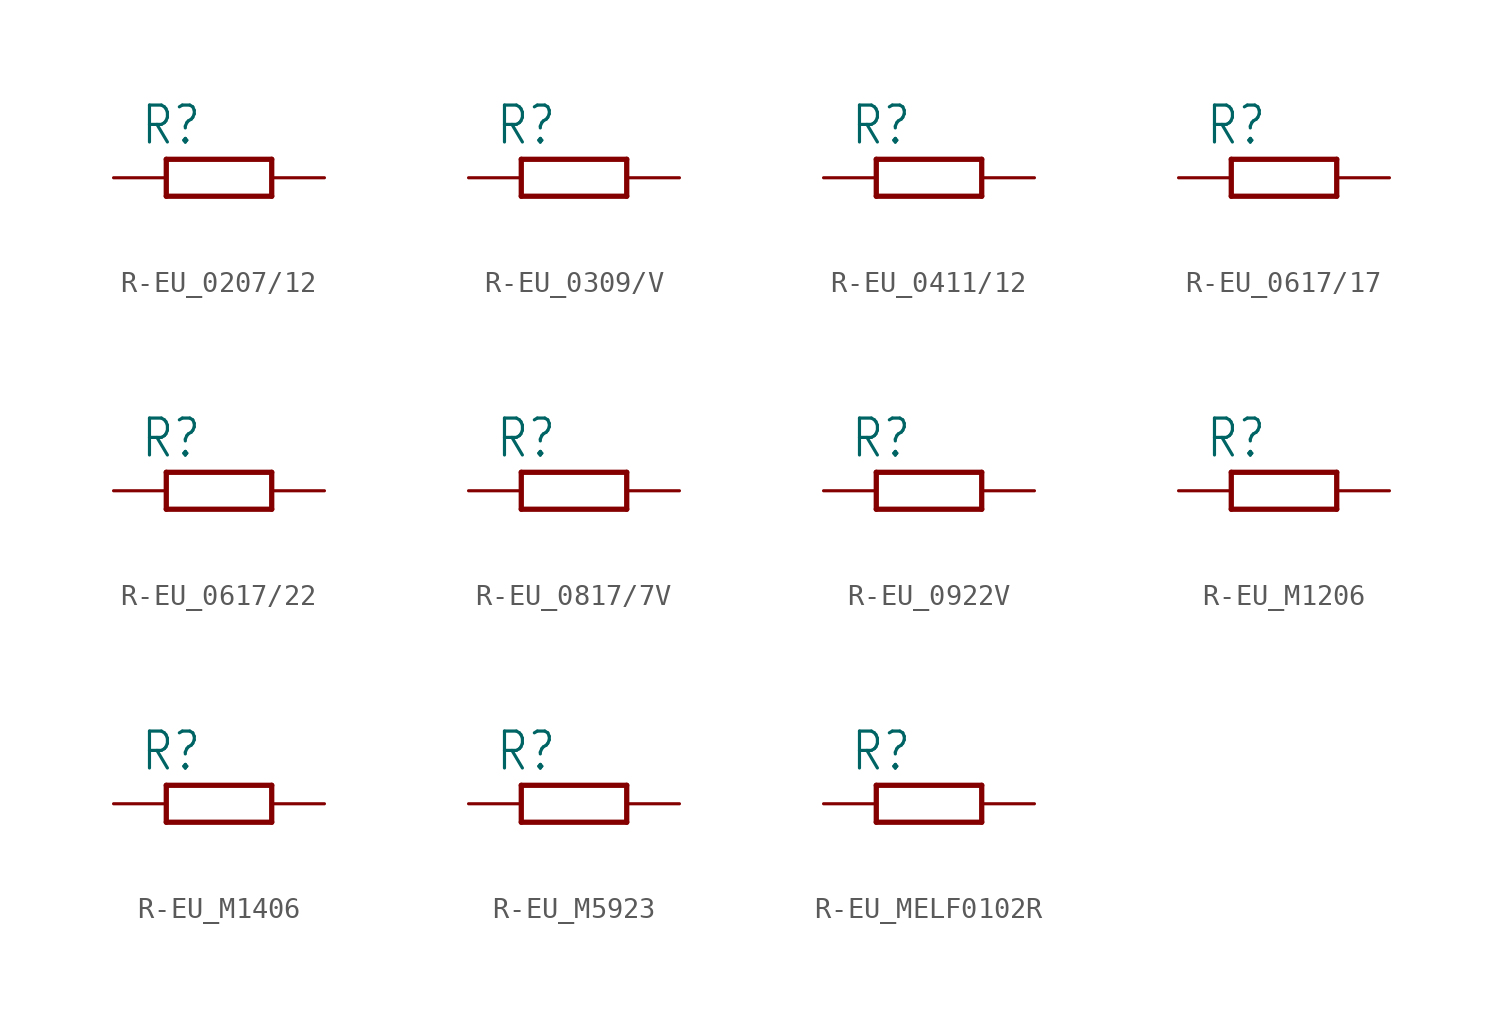
<source format=kicad_sym>
(kicad_symbol_lib
  (version 20231120)
  (generator "kicad_symbol_editor")
  (generator_version "8.99")
  (symbol "R-EU_0207/12"
    (property "Reference" "R"
      (at -3.81 1.499 0)
      (effects (font (size 1.778 1.511)) (justify left bottom)))
    (property "Value" ""
      (at -3.81 -3.302 0)
      (effects (font (size 1.778 1.511)) (justify left bottom)))
    (property "ki_locked" ""
      (at 0 0 0)
      (effects (font (size 1.27 1.27))))
    (symbol "R-EU_0207/12_1_0"
      (polyline (pts (xy -2.54 -0.889) (xy 2.54 -0.889)) (stroke (width 0.254) (type solid)) (fill (type none)))
      (polyline (pts (xy -2.54 -0.889) (xy -2.54 0.889)) (stroke (width 0.254) (type solid)) (fill (type none)))
      (polyline (pts (xy 2.54 0.889) (xy -2.54 0.889)) (stroke (width 0.254) (type solid)) (fill (type none)))
      (polyline (pts (xy 2.54 -0.889) (xy 2.54 0.889)) (stroke (width 0.254) (type solid)) (fill (type none)))
      (pin passive line (at -5.08 0 0) (length 2.54) (name "1" (effects (font (size 0 0)))) (number "1" (effects (font (size 0 0)))))
      (pin passive line (at 5.08 0 180) (length 2.54) (name "2" (effects (font (size 0 0)))) (number "2" (effects (font (size 0 0)))))))
  (symbol "R-EU_0309/V"
    (property "Reference" "R"
      (at -3.81 1.499 0)
      (effects (font (size 1.778 1.511)) (justify left bottom)))
    (property "Value" ""
      (at -3.81 -3.302 0)
      (effects (font (size 1.778 1.511)) (justify left bottom)))
    (property "ki_locked" ""
      (at 0 0 0)
      (effects (font (size 1.27 1.27))))
    (symbol "R-EU_0309/V_1_0"
      (polyline (pts (xy -2.54 -0.889) (xy 2.54 -0.889)) (stroke (width 0.254) (type solid)) (fill (type none)))
      (polyline (pts (xy -2.54 -0.889) (xy -2.54 0.889)) (stroke (width 0.254) (type solid)) (fill (type none)))
      (polyline (pts (xy 2.54 0.889) (xy -2.54 0.889)) (stroke (width 0.254) (type solid)) (fill (type none)))
      (polyline (pts (xy 2.54 -0.889) (xy 2.54 0.889)) (stroke (width 0.254) (type solid)) (fill (type none)))
      (pin passive line (at -5.08 0 0) (length 2.54) (name "1" (effects (font (size 0 0)))) (number "1" (effects (font (size 0 0)))))
      (pin passive line (at 5.08 0 180) (length 2.54) (name "2" (effects (font (size 0 0)))) (number "2" (effects (font (size 0 0)))))))
  (symbol "R-EU_0411/12"
    (property "Reference" "R"
      (at -3.81 1.499 0)
      (effects (font (size 1.778 1.511)) (justify left bottom)))
    (property "Value" ""
      (at -3.81 -3.302 0)
      (effects (font (size 1.778 1.511)) (justify left bottom)))
    (property "ki_locked" ""
      (at 0 0 0)
      (effects (font (size 1.27 1.27))))
    (symbol "R-EU_0411/12_1_0"
      (polyline (pts (xy -2.54 -0.889) (xy 2.54 -0.889)) (stroke (width 0.254) (type solid)) (fill (type none)))
      (polyline (pts (xy -2.54 -0.889) (xy -2.54 0.889)) (stroke (width 0.254) (type solid)) (fill (type none)))
      (polyline (pts (xy 2.54 0.889) (xy -2.54 0.889)) (stroke (width 0.254) (type solid)) (fill (type none)))
      (polyline (pts (xy 2.54 -0.889) (xy 2.54 0.889)) (stroke (width 0.254) (type solid)) (fill (type none)))
      (pin passive line (at -5.08 0 0) (length 2.54) (name "1" (effects (font (size 0 0)))) (number "1" (effects (font (size 0 0)))))
      (pin passive line (at 5.08 0 180) (length 2.54) (name "2" (effects (font (size 0 0)))) (number "2" (effects (font (size 0 0)))))))
  (symbol "R-EU_0617/17"
    (property "Reference" "R"
      (at -3.81 1.499 0)
      (effects (font (size 1.778 1.511)) (justify left bottom)))
    (property "Value" ""
      (at -3.81 -3.302 0)
      (effects (font (size 1.778 1.511)) (justify left bottom)))
    (property "ki_locked" ""
      (at 0 0 0)
      (effects (font (size 1.27 1.27))))
    (symbol "R-EU_0617/17_1_0"
      (polyline (pts (xy -2.54 -0.889) (xy 2.54 -0.889)) (stroke (width 0.254) (type solid)) (fill (type none)))
      (polyline (pts (xy -2.54 -0.889) (xy -2.54 0.889)) (stroke (width 0.254) (type solid)) (fill (type none)))
      (polyline (pts (xy 2.54 0.889) (xy -2.54 0.889)) (stroke (width 0.254) (type solid)) (fill (type none)))
      (polyline (pts (xy 2.54 -0.889) (xy 2.54 0.889)) (stroke (width 0.254) (type solid)) (fill (type none)))
      (pin passive line (at -5.08 0 0) (length 2.54) (name "1" (effects (font (size 0 0)))) (number "1" (effects (font (size 0 0)))))
      (pin passive line (at 5.08 0 180) (length 2.54) (name "2" (effects (font (size 0 0)))) (number "2" (effects (font (size 0 0)))))))
  (symbol "R-EU_0617/22"
    (property "Reference" "R"
      (at -3.81 1.499 0)
      (effects (font (size 1.778 1.511)) (justify left bottom)))
    (property "Value" ""
      (at -3.81 -3.302 0)
      (effects (font (size 1.778 1.511)) (justify left bottom)))
    (property "ki_locked" ""
      (at 0 0 0)
      (effects (font (size 1.27 1.27))))
    (symbol "R-EU_0617/22_1_0"
      (polyline (pts (xy -2.54 -0.889) (xy 2.54 -0.889)) (stroke (width 0.254) (type solid)) (fill (type none)))
      (polyline (pts (xy -2.54 -0.889) (xy -2.54 0.889)) (stroke (width 0.254) (type solid)) (fill (type none)))
      (polyline (pts (xy 2.54 0.889) (xy -2.54 0.889)) (stroke (width 0.254) (type solid)) (fill (type none)))
      (polyline (pts (xy 2.54 -0.889) (xy 2.54 0.889)) (stroke (width 0.254) (type solid)) (fill (type none)))
      (pin passive line (at -5.08 0 0) (length 2.54) (name "1" (effects (font (size 0 0)))) (number "1" (effects (font (size 0 0)))))
      (pin passive line (at 5.08 0 180) (length 2.54) (name "2" (effects (font (size 0 0)))) (number "2" (effects (font (size 0 0)))))))
  (symbol "R-EU_0817/7V"
    (property "Reference" "R"
      (at -3.81 1.499 0)
      (effects (font (size 1.778 1.511)) (justify left bottom)))
    (property "Value" ""
      (at -3.81 -3.302 0)
      (effects (font (size 1.778 1.511)) (justify left bottom)))
    (property "ki_locked" ""
      (at 0 0 0)
      (effects (font (size 1.27 1.27))))
    (symbol "R-EU_0817/7V_1_0"
      (polyline (pts (xy -2.54 -0.889) (xy 2.54 -0.889)) (stroke (width 0.254) (type solid)) (fill (type none)))
      (polyline (pts (xy -2.54 -0.889) (xy -2.54 0.889)) (stroke (width 0.254) (type solid)) (fill (type none)))
      (polyline (pts (xy 2.54 0.889) (xy -2.54 0.889)) (stroke (width 0.254) (type solid)) (fill (type none)))
      (polyline (pts (xy 2.54 -0.889) (xy 2.54 0.889)) (stroke (width 0.254) (type solid)) (fill (type none)))
      (pin passive line (at -5.08 0 0) (length 2.54) (name "1" (effects (font (size 0 0)))) (number "1" (effects (font (size 0 0)))))
      (pin passive line (at 5.08 0 180) (length 2.54) (name "2" (effects (font (size 0 0)))) (number "2" (effects (font (size 0 0)))))))
  (symbol "R-EU_0922V"
    (property "Reference" "R"
      (at -3.81 1.499 0)
      (effects (font (size 1.778 1.511)) (justify left bottom)))
    (property "Value" ""
      (at -3.81 -3.302 0)
      (effects (font (size 1.778 1.511)) (justify left bottom)))
    (property "ki_locked" ""
      (at 0 0 0)
      (effects (font (size 1.27 1.27))))
    (symbol "R-EU_0922V_1_0"
      (polyline (pts (xy -2.54 -0.889) (xy 2.54 -0.889)) (stroke (width 0.254) (type solid)) (fill (type none)))
      (polyline (pts (xy -2.54 -0.889) (xy -2.54 0.889)) (stroke (width 0.254) (type solid)) (fill (type none)))
      (polyline (pts (xy 2.54 0.889) (xy -2.54 0.889)) (stroke (width 0.254) (type solid)) (fill (type none)))
      (polyline (pts (xy 2.54 -0.889) (xy 2.54 0.889)) (stroke (width 0.254) (type solid)) (fill (type none)))
      (pin passive line (at -5.08 0 0) (length 2.54) (name "1" (effects (font (size 0 0)))) (number "1" (effects (font (size 0 0)))))
      (pin passive line (at 5.08 0 180) (length 2.54) (name "2" (effects (font (size 0 0)))) (number "2" (effects (font (size 0 0)))))))
  (symbol "R-EU_M1206"
    (property "Reference" "R"
      (at -3.81 1.499 0)
      (effects (font (size 1.778 1.511)) (justify left bottom)))
    (property "Value" ""
      (at -3.81 -3.302 0)
      (effects (font (size 1.778 1.511)) (justify left bottom)))
    (property "ki_locked" ""
      (at 0 0 0)
      (effects (font (size 1.27 1.27))))
    (symbol "R-EU_M1206_1_0"
      (polyline (pts (xy -2.54 -0.889) (xy 2.54 -0.889)) (stroke (width 0.254) (type solid)) (fill (type none)))
      (polyline (pts (xy -2.54 -0.889) (xy -2.54 0.889)) (stroke (width 0.254) (type solid)) (fill (type none)))
      (polyline (pts (xy 2.54 0.889) (xy -2.54 0.889)) (stroke (width 0.254) (type solid)) (fill (type none)))
      (polyline (pts (xy 2.54 -0.889) (xy 2.54 0.889)) (stroke (width 0.254) (type solid)) (fill (type none)))
      (pin passive line (at -5.08 0 0) (length 2.54) (name "1" (effects (font (size 0 0)))) (number "1" (effects (font (size 0 0)))))
      (pin passive line (at 5.08 0 180) (length 2.54) (name "2" (effects (font (size 0 0)))) (number "2" (effects (font (size 0 0)))))))
  (symbol "R-EU_M1406"
    (property "Reference" "R"
      (at -3.81 1.499 0)
      (effects (font (size 1.778 1.511)) (justify left bottom)))
    (property "Value" ""
      (at -3.81 -3.302 0)
      (effects (font (size 1.778 1.511)) (justify left bottom)))
    (property "ki_locked" ""
      (at 0 0 0)
      (effects (font (size 1.27 1.27))))
    (symbol "R-EU_M1406_1_0"
      (polyline (pts (xy -2.54 -0.889) (xy 2.54 -0.889)) (stroke (width 0.254) (type solid)) (fill (type none)))
      (polyline (pts (xy -2.54 -0.889) (xy -2.54 0.889)) (stroke (width 0.254) (type solid)) (fill (type none)))
      (polyline (pts (xy 2.54 0.889) (xy -2.54 0.889)) (stroke (width 0.254) (type solid)) (fill (type none)))
      (polyline (pts (xy 2.54 -0.889) (xy 2.54 0.889)) (stroke (width 0.254) (type solid)) (fill (type none)))
      (pin passive line (at -5.08 0 0) (length 2.54) (name "1" (effects (font (size 0 0)))) (number "1" (effects (font (size 0 0)))))
      (pin passive line (at 5.08 0 180) (length 2.54) (name "2" (effects (font (size 0 0)))) (number "2" (effects (font (size 0 0)))))))
  (symbol "R-EU_M5923"
    (property "Reference" "R"
      (at -3.81 1.499 0)
      (effects (font (size 1.778 1.511)) (justify left bottom)))
    (property "Value" ""
      (at -3.81 -3.302 0)
      (effects (font (size 1.778 1.511)) (justify left bottom)))
    (property "ki_locked" ""
      (at 0 0 0)
      (effects (font (size 1.27 1.27))))
    (symbol "R-EU_M5923_1_0"
      (polyline (pts (xy -2.54 -0.889) (xy 2.54 -0.889)) (stroke (width 0.254) (type solid)) (fill (type none)))
      (polyline (pts (xy -2.54 -0.889) (xy -2.54 0.889)) (stroke (width 0.254) (type solid)) (fill (type none)))
      (polyline (pts (xy 2.54 0.889) (xy -2.54 0.889)) (stroke (width 0.254) (type solid)) (fill (type none)))
      (polyline (pts (xy 2.54 -0.889) (xy 2.54 0.889)) (stroke (width 0.254) (type solid)) (fill (type none)))
      (pin passive line (at -5.08 0 0) (length 2.54) (name "1" (effects (font (size 0 0)))) (number "1" (effects (font (size 0 0)))))
      (pin passive line (at 5.08 0 180) (length 2.54) (name "2" (effects (font (size 0 0)))) (number "2" (effects (font (size 0 0)))))))
  (symbol "R-EU_MELF0102R"
    (property "Reference" "R"
      (at -3.81 1.499 0)
      (effects (font (size 1.778 1.511)) (justify left bottom)))
    (property "Value" ""
      (at -3.81 -3.302 0)
      (effects (font (size 1.778 1.511)) (justify left bottom)))
    (property "ki_locked" ""
      (at 0 0 0)
      (effects (font (size 1.27 1.27))))
    (symbol "R-EU_MELF0102R_1_0"
      (polyline (pts (xy -2.54 -0.889) (xy 2.54 -0.889)) (stroke (width 0.254) (type solid)) (fill (type none)))
      (polyline (pts (xy -2.54 -0.889) (xy -2.54 0.889)) (stroke (width 0.254) (type solid)) (fill (type none)))
      (polyline (pts (xy 2.54 0.889) (xy -2.54 0.889)) (stroke (width 0.254) (type solid)) (fill (type none)))
      (polyline (pts (xy 2.54 -0.889) (xy 2.54 0.889)) (stroke (width 0.254) (type solid)) (fill (type none)))
      (pin passive line (at -5.08 0 0) (length 2.54) (name "1" (effects (font (size 0 0)))) (number "1" (effects (font (size 0 0)))))
      (pin passive line (at 5.08 0 180) (length 2.54) (name "2" (effects (font (size 0 0)))) (number "2" (effects (font (size 0 0))))))))
</source>
